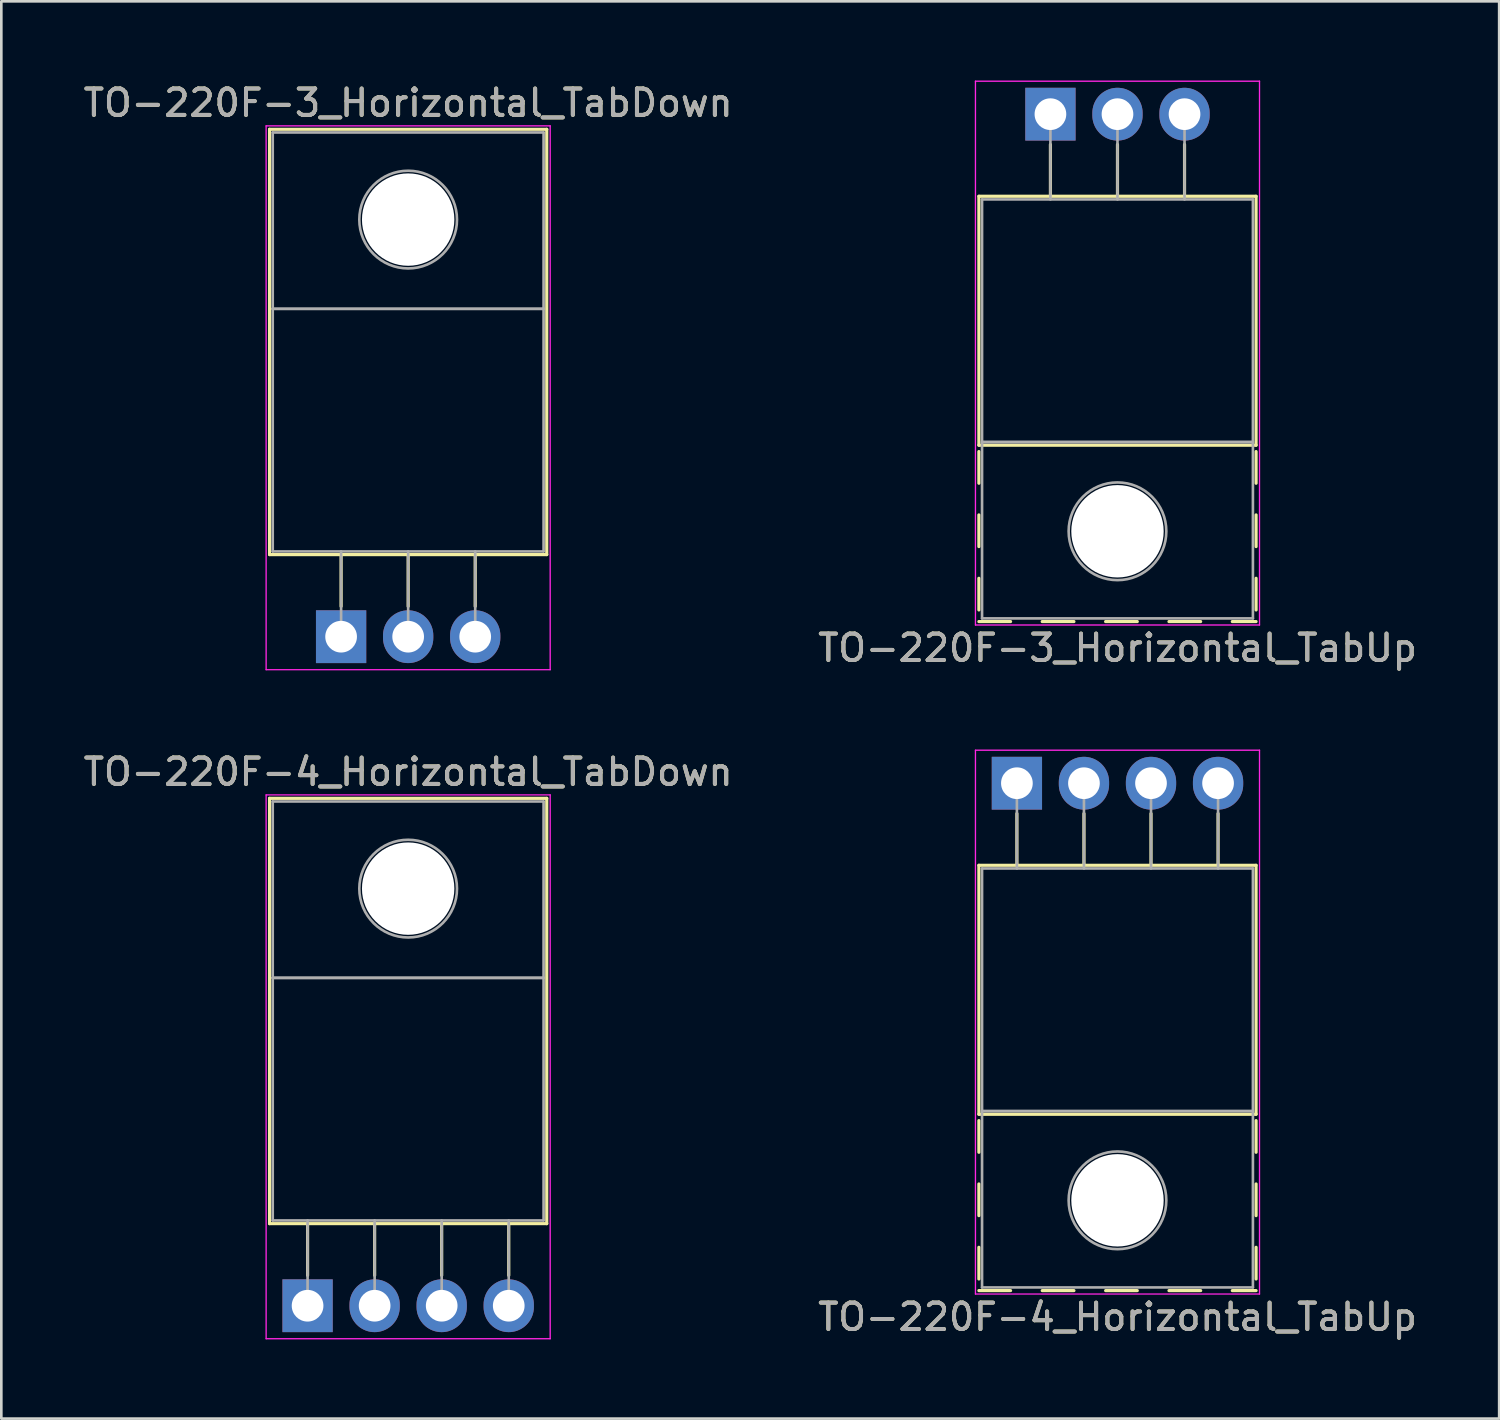
<source format=kicad_pcb>
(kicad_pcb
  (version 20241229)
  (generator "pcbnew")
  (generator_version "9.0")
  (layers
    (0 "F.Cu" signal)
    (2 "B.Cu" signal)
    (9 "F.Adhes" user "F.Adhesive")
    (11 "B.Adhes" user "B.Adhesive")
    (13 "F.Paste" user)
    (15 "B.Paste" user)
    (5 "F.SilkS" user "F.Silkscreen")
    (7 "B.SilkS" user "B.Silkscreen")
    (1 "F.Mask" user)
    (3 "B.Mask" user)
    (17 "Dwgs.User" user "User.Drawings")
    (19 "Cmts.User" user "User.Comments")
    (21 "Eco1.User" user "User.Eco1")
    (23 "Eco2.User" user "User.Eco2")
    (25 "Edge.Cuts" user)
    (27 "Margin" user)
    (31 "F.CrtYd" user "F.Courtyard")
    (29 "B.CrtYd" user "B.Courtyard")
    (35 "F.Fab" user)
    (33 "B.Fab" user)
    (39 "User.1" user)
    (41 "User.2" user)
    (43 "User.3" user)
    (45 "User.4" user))
  (footprint "TO-220F-4_Horizontal_TabUp"
    (layer "F.Cu")
    (at 35.47 26.618)
    (property "Reference" "TO-220F-4_Horizontal_TabUp" (at 3.81 20.22 0) (layer "F.SilkS") (effects (font (size 1 1) (thickness 0.15))))
    (attr through_hole)
    (fp_line (start -1.44 3.11) (end -1.44 12.54) (stroke (width 0.12) (type solid)) (layer "F.SilkS"))
    (fp_line (start -1.44 3.11) (end 9.06 3.11) (stroke (width 0.12) (type solid)) (layer "F.SilkS"))
    (fp_line (start -1.44 12.54) (end 9.06 12.54) (stroke (width 0.12) (type solid)) (layer "F.SilkS"))
    (fp_line (start -1.44 12.78) (end -1.44 13.98) (stroke (width 0.12) (type solid)) (layer "F.SilkS"))
    (fp_line (start -1.44 15.18) (end -1.44 16.38) (stroke (width 0.12) (type solid)) (layer "F.SilkS"))
    (fp_line (start -1.44 17.58) (end -1.44 18.78) (stroke (width 0.12) (type solid)) (layer "F.SilkS"))
    (fp_line (start -1.44 19.22) (end -0.24 19.22) (stroke (width 0.12) (type solid)) (layer "F.SilkS"))
    (fp_line (start 0 1.15) (end 0 3.11) (stroke (width 0.12) (type solid)) (layer "F.SilkS"))
    (fp_line (start 0.96 19.22) (end 2.16 19.22) (stroke (width 0.12) (type solid)) (layer "F.SilkS"))
    (fp_line (start 2.54 1.15) (end 2.54 3.11) (stroke (width 0.12) (type solid)) (layer "F.SilkS"))
    (fp_line (start 3.361 19.22) (end 4.56 19.22) (stroke (width 0.12) (type solid)) (layer "F.SilkS"))
    (fp_line (start 5.08 1.15) (end 5.08 3.11) (stroke (width 0.12) (type solid)) (layer "F.SilkS"))
    (fp_line (start 5.761 19.22) (end 6.961 19.22) (stroke (width 0.12) (type solid)) (layer "F.SilkS"))
    (fp_line (start 7.62 1.15) (end 7.62 3.11) (stroke (width 0.12) (type solid)) (layer "F.SilkS"))
    (fp_line (start 8.16 19.22) (end 9.06 19.22) (stroke (width 0.12) (type solid)) (layer "F.SilkS"))
    (fp_line (start 9.06 3.11) (end 9.06 12.54) (stroke (width 0.12) (type solid)) (layer "F.SilkS"))
    (fp_line (start 9.06 12.78) (end 9.06 13.98) (stroke (width 0.12) (type solid)) (layer "F.SilkS"))
    (fp_line (start 9.06 15.18) (end 9.06 16.38) (stroke (width 0.12) (type solid)) (layer "F.SilkS"))
    (fp_line (start 9.06 17.58) (end 9.06 18.78) (stroke (width 0.12) (type solid)) (layer "F.SilkS"))
    (fp_line (start -1.57 -1.25) (end -1.57 19.35) (stroke (width 0.05) (type solid)) (layer "F.CrtYd"))
    (fp_line (start -1.57 19.35) (end 9.19 19.35) (stroke (width 0.05) (type solid)) (layer "F.CrtYd"))
    (fp_line (start 9.19 -1.25) (end -1.57 -1.25) (stroke (width 0.05) (type solid)) (layer "F.CrtYd"))
    (fp_line (start 9.19 19.35) (end 9.19 -1.25) (stroke (width 0.05) (type solid)) (layer "F.CrtYd"))
    (fp_line (start -1.32 3.23) (end -1.32 12.42) (stroke (width 0.1) (type solid)) (layer "F.Fab"))
    (fp_line (start -1.32 12.42) (end -1.32 19.1) (stroke (width 0.1) (type solid)) (layer "F.Fab"))
    (fp_line (start -1.32 12.42) (end 8.94 12.42) (stroke (width 0.1) (type solid)) (layer "F.Fab"))
    (fp_line (start -1.32 19.1) (end 8.94 19.1) (stroke (width 0.1) (type solid)) (layer "F.Fab"))
    (fp_line (start 0 3.23) (end 0 0) (stroke (width 0.1) (type solid)) (layer "F.Fab"))
    (fp_line (start 2.54 3.23) (end 2.54 0) (stroke (width 0.1) (type solid)) (layer "F.Fab"))
    (fp_line (start 5.08 3.23) (end 5.08 0) (stroke (width 0.1) (type solid)) (layer "F.Fab"))
    (fp_line (start 7.62 3.23) (end 7.62 0) (stroke (width 0.1) (type solid)) (layer "F.Fab"))
    (fp_line (start 8.94 3.23) (end -1.32 3.23) (stroke (width 0.1) (type solid)) (layer "F.Fab"))
    (fp_line (start 8.94 12.42) (end -1.32 12.42) (stroke (width 0.1) (type solid)) (layer "F.Fab"))
    (fp_line (start 8.94 12.42) (end 8.94 3.23) (stroke (width 0.1) (type solid)) (layer "F.Fab"))
    (fp_line (start 8.94 19.1) (end 8.94 12.42) (stroke (width 0.1) (type solid)) (layer "F.Fab"))
    (fp_circle (center 3.81 15.8) (end 5.66 15.8) (stroke (width 0.1) (type solid)) (fill no) (layer "F.Fab"))
    (fp_text user "${REFERENCE}" (at 3.81 20.22 0) (layer "F.Fab") (effects (font (size 1 1) (thickness 0.15))))
    (pad "" np_thru_hole oval (at 3.81 15.8) (size 3.5 3.5) (drill 3.5) (layers "*.Cu" "*.Mask"))
    (pad "1" thru_hole rect (at 0 0) (size 1.905 2) (drill 1.2) (layers "*.Cu" "*.Mask"))
    (pad "2" thru_hole oval (at 2.54 0) (size 1.905 2) (drill 1.2) (layers "*.Cu" "*.Mask"))
    (pad "3" thru_hole oval (at 5.08 0) (size 1.905 2) (drill 1.2) (layers "*.Cu" "*.Mask"))
    (pad "4" thru_hole oval (at 7.62 0) (size 1.905 2) (drill 1.2) (layers "*.Cu" "*.Mask")))
  (footprint "TO-220F-3_Horizontal_TabDown"
    (layer "F.Cu")
    (at 9.871 21.068)
    (property "Reference" "TO-220F-3_Horizontal_TabDown" (at 2.54 -20.22 0) (layer "F.SilkS") (effects (font (size 1 1) (thickness 0.15))))
    (attr through_hole)
    (fp_line (start -2.71 -19.22) (end -2.71 -3.11) (stroke (width 0.12) (type solid)) (layer "F.SilkS"))
    (fp_line (start -2.71 -19.22) (end 7.79 -19.22) (stroke (width 0.12) (type solid)) (layer "F.SilkS"))
    (fp_line (start -2.71 -3.11) (end 7.79 -3.11) (stroke (width 0.12) (type solid)) (layer "F.SilkS"))
    (fp_line (start 0 -3.11) (end 0 -1.15) (stroke (width 0.12) (type solid)) (layer "F.SilkS"))
    (fp_line (start 2.54 -3.11) (end 2.54 -1.15) (stroke (width 0.12) (type solid)) (layer "F.SilkS"))
    (fp_line (start 5.08 -3.11) (end 5.08 -1.15) (stroke (width 0.12) (type solid)) (layer "F.SilkS"))
    (fp_line (start 7.79 -19.22) (end 7.79 -3.11) (stroke (width 0.12) (type solid)) (layer "F.SilkS"))
    (fp_line (start -2.84 -19.35) (end -2.84 1.25) (stroke (width 0.05) (type solid)) (layer "F.CrtYd"))
    (fp_line (start -2.84 1.25) (end 7.92 1.25) (stroke (width 0.05) (type solid)) (layer "F.CrtYd"))
    (fp_line (start 7.92 -19.35) (end -2.84 -19.35) (stroke (width 0.05) (type solid)) (layer "F.CrtYd"))
    (fp_line (start 7.92 1.25) (end 7.92 -19.35) (stroke (width 0.05) (type solid)) (layer "F.CrtYd"))
    (fp_line (start -2.59 -19.1) (end 7.67 -19.1) (stroke (width 0.1) (type solid)) (layer "F.Fab"))
    (fp_line (start -2.59 -12.42) (end -2.59 -19.1) (stroke (width 0.1) (type solid)) (layer "F.Fab"))
    (fp_line (start -2.59 -12.42) (end 7.67 -12.42) (stroke (width 0.1) (type solid)) (layer "F.Fab"))
    (fp_line (start -2.59 -3.23) (end -2.59 -12.42) (stroke (width 0.1) (type solid)) (layer "F.Fab"))
    (fp_line (start 0 -3.23) (end 0 0) (stroke (width 0.1) (type solid)) (layer "F.Fab"))
    (fp_line (start 2.54 -3.23) (end 2.54 0) (stroke (width 0.1) (type solid)) (layer "F.Fab"))
    (fp_line (start 5.08 -3.23) (end 5.08 0) (stroke (width 0.1) (type solid)) (layer "F.Fab"))
    (fp_line (start 7.67 -19.1) (end 7.67 -12.42) (stroke (width 0.1) (type solid)) (layer "F.Fab"))
    (fp_line (start 7.67 -12.42) (end -2.59 -12.42) (stroke (width 0.1) (type solid)) (layer "F.Fab"))
    (fp_line (start 7.67 -12.42) (end 7.67 -3.23) (stroke (width 0.1) (type solid)) (layer "F.Fab"))
    (fp_line (start 7.67 -3.23) (end -2.59 -3.23) (stroke (width 0.1) (type solid)) (layer "F.Fab"))
    (fp_circle (center 2.54 -15.8) (end 4.39 -15.8) (stroke (width 0.1) (type solid)) (fill no) (layer "F.Fab"))
    (fp_text user "${REFERENCE}" (at 2.54 -20.22 0) (layer "F.Fab") (effects (font (size 1 1) (thickness 0.15))))
    (pad "" np_thru_hole oval (at 2.54 -15.8) (size 3.5 3.5) (drill 3.5) (layers "*.Cu" "*.Mask"))
    (pad "1" thru_hole rect (at 0 0) (size 1.905 2) (drill 1.2) (layers "*.Cu" "*.Mask"))
    (pad "2" thru_hole oval (at 2.54 0) (size 1.905 2) (drill 1.2) (layers "*.Cu" "*.Mask"))
    (pad "3" thru_hole oval (at 5.08 0) (size 1.905 2) (drill 1.2) (layers "*.Cu" "*.Mask")))
  (footprint "TO-220F-3_Horizontal_TabUp"
    (layer "F.Cu")
    (at 36.74 1.275)
    (property "Reference" "TO-220F-3_Horizontal_TabUp" (at 2.54 20.22 0) (layer "F.SilkS") (effects (font (size 1 1) (thickness 0.15))))
    (attr through_hole)
    (fp_line (start -2.71 3.11) (end -2.71 12.54) (stroke (width 0.12) (type solid)) (layer "F.SilkS"))
    (fp_line (start -2.71 3.11) (end 7.79 3.11) (stroke (width 0.12) (type solid)) (layer "F.SilkS"))
    (fp_line (start -2.71 12.54) (end 7.79 12.54) (stroke (width 0.12) (type solid)) (layer "F.SilkS"))
    (fp_line (start -2.71 12.78) (end -2.71 13.98) (stroke (width 0.12) (type solid)) (layer "F.SilkS"))
    (fp_line (start -2.71 15.18) (end -2.71 16.38) (stroke (width 0.12) (type solid)) (layer "F.SilkS"))
    (fp_line (start -2.71 17.58) (end -2.71 18.78) (stroke (width 0.12) (type solid)) (layer "F.SilkS"))
    (fp_line (start -2.71 19.22) (end -1.51 19.22) (stroke (width 0.12) (type solid)) (layer "F.SilkS"))
    (fp_line (start -0.311 19.22) (end 0.89 19.22) (stroke (width 0.12) (type solid)) (layer "F.SilkS"))
    (fp_line (start 0 1.15) (end 0 3.11) (stroke (width 0.12) (type solid)) (layer "F.SilkS"))
    (fp_line (start 2.09 19.22) (end 3.29 19.22) (stroke (width 0.12) (type solid)) (layer "F.SilkS"))
    (fp_line (start 2.54 1.15) (end 2.54 3.11) (stroke (width 0.12) (type solid)) (layer "F.SilkS"))
    (fp_line (start 4.49 19.22) (end 5.69 19.22) (stroke (width 0.12) (type solid)) (layer "F.SilkS"))
    (fp_line (start 5.08 1.15) (end 5.08 3.11) (stroke (width 0.12) (type solid)) (layer "F.SilkS"))
    (fp_line (start 6.89 19.22) (end 7.79 19.22) (stroke (width 0.12) (type solid)) (layer "F.SilkS"))
    (fp_line (start 7.79 3.11) (end 7.79 12.54) (stroke (width 0.12) (type solid)) (layer "F.SilkS"))
    (fp_line (start 7.79 12.78) (end 7.79 13.98) (stroke (width 0.12) (type solid)) (layer "F.SilkS"))
    (fp_line (start 7.79 15.18) (end 7.79 16.38) (stroke (width 0.12) (type solid)) (layer "F.SilkS"))
    (fp_line (start 7.79 17.58) (end 7.79 18.78) (stroke (width 0.12) (type solid)) (layer "F.SilkS"))
    (fp_line (start -2.84 -1.25) (end -2.84 19.35) (stroke (width 0.05) (type solid)) (layer "F.CrtYd"))
    (fp_line (start -2.84 19.35) (end 7.92 19.35) (stroke (width 0.05) (type solid)) (layer "F.CrtYd"))
    (fp_line (start 7.92 -1.25) (end -2.84 -1.25) (stroke (width 0.05) (type solid)) (layer "F.CrtYd"))
    (fp_line (start 7.92 19.35) (end 7.92 -1.25) (stroke (width 0.05) (type solid)) (layer "F.CrtYd"))
    (fp_line (start -2.59 3.23) (end -2.59 12.42) (stroke (width 0.1) (type solid)) (layer "F.Fab"))
    (fp_line (start -2.59 12.42) (end -2.59 19.1) (stroke (width 0.1) (type solid)) (layer "F.Fab"))
    (fp_line (start -2.59 12.42) (end 7.67 12.42) (stroke (width 0.1) (type solid)) (layer "F.Fab"))
    (fp_line (start -2.59 19.1) (end 7.67 19.1) (stroke (width 0.1) (type solid)) (layer "F.Fab"))
    (fp_line (start 0 3.23) (end 0 0) (stroke (width 0.1) (type solid)) (layer "F.Fab"))
    (fp_line (start 2.54 3.23) (end 2.54 0) (stroke (width 0.1) (type solid)) (layer "F.Fab"))
    (fp_line (start 5.08 3.23) (end 5.08 0) (stroke (width 0.1) (type solid)) (layer "F.Fab"))
    (fp_line (start 7.67 3.23) (end -2.59 3.23) (stroke (width 0.1) (type solid)) (layer "F.Fab"))
    (fp_line (start 7.67 12.42) (end -2.59 12.42) (stroke (width 0.1) (type solid)) (layer "F.Fab"))
    (fp_line (start 7.67 12.42) (end 7.67 3.23) (stroke (width 0.1) (type solid)) (layer "F.Fab"))
    (fp_line (start 7.67 19.1) (end 7.67 12.42) (stroke (width 0.1) (type solid)) (layer "F.Fab"))
    (fp_circle (center 2.54 15.8) (end 4.39 15.8) (stroke (width 0.1) (type solid)) (fill no) (layer "F.Fab"))
    (fp_text user "${REFERENCE}" (at 2.54 20.22 0) (layer "F.Fab") (effects (font (size 1 1) (thickness 0.15))))
    (pad "" np_thru_hole oval (at 2.54 15.8) (size 3.5 3.5) (drill 3.5) (layers "*.Cu" "*.Mask"))
    (pad "1" thru_hole rect (at 0 0) (size 1.905 2) (drill 1.2) (layers "*.Cu" "*.Mask"))
    (pad "2" thru_hole oval (at 2.54 0) (size 1.905 2) (drill 1.2) (layers "*.Cu" "*.Mask"))
    (pad "3" thru_hole oval (at 5.08 0) (size 1.905 2) (drill 1.2) (layers "*.Cu" "*.Mask")))
  (footprint "TO-220F-4_Horizontal_TabDown"
    (layer "F.Cu")
    (at 8.601 46.411)
    (property "Reference" "TO-220F-4_Horizontal_TabDown" (at 3.81 -20.22 0) (layer "F.SilkS") (effects (font (size 1 1) (thickness 0.15))))
    (attr through_hole)
    (fp_line (start -1.44 -19.22) (end -1.44 -3.11) (stroke (width 0.12) (type solid)) (layer "F.SilkS"))
    (fp_line (start -1.44 -19.22) (end 9.06 -19.22) (stroke (width 0.12) (type solid)) (layer "F.SilkS"))
    (fp_line (start -1.44 -3.11) (end 9.06 -3.11) (stroke (width 0.12) (type solid)) (layer "F.SilkS"))
    (fp_line (start 0 -3.11) (end 0 -1.15) (stroke (width 0.12) (type solid)) (layer "F.SilkS"))
    (fp_line (start 2.54 -3.11) (end 2.54 -1.15) (stroke (width 0.12) (type solid)) (layer "F.SilkS"))
    (fp_line (start 5.08 -3.11) (end 5.08 -1.15) (stroke (width 0.12) (type solid)) (layer "F.SilkS"))
    (fp_line (start 7.62 -3.11) (end 7.62 -1.15) (stroke (width 0.12) (type solid)) (layer "F.SilkS"))
    (fp_line (start 9.06 -19.22) (end 9.06 -3.11) (stroke (width 0.12) (type solid)) (layer "F.SilkS"))
    (fp_line (start -1.57 -19.35) (end -1.57 1.25) (stroke (width 0.05) (type solid)) (layer "F.CrtYd"))
    (fp_line (start -1.57 1.25) (end 9.19 1.25) (stroke (width 0.05) (type solid)) (layer "F.CrtYd"))
    (fp_line (start 9.19 -19.35) (end -1.57 -19.35) (stroke (width 0.05) (type solid)) (layer "F.CrtYd"))
    (fp_line (start 9.19 1.25) (end 9.19 -19.35) (stroke (width 0.05) (type solid)) (layer "F.CrtYd"))
    (fp_line (start -1.32 -19.1) (end 8.94 -19.1) (stroke (width 0.1) (type solid)) (layer "F.Fab"))
    (fp_line (start -1.32 -12.42) (end -1.32 -19.1) (stroke (width 0.1) (type solid)) (layer "F.Fab"))
    (fp_line (start -1.32 -12.42) (end 8.94 -12.42) (stroke (width 0.1) (type solid)) (layer "F.Fab"))
    (fp_line (start -1.32 -3.23) (end -1.32 -12.42) (stroke (width 0.1) (type solid)) (layer "F.Fab"))
    (fp_line (start 0 -3.23) (end 0 0) (stroke (width 0.1) (type solid)) (layer "F.Fab"))
    (fp_line (start 2.54 -3.23) (end 2.54 0) (stroke (width 0.1) (type solid)) (layer "F.Fab"))
    (fp_line (start 5.08 -3.23) (end 5.08 0) (stroke (width 0.1) (type solid)) (layer "F.Fab"))
    (fp_line (start 7.62 -3.23) (end 7.62 0) (stroke (width 0.1) (type solid)) (layer "F.Fab"))
    (fp_line (start 8.94 -19.1) (end 8.94 -12.42) (stroke (width 0.1) (type solid)) (layer "F.Fab"))
    (fp_line (start 8.94 -12.42) (end -1.32 -12.42) (stroke (width 0.1) (type solid)) (layer "F.Fab"))
    (fp_line (start 8.94 -12.42) (end 8.94 -3.23) (stroke (width 0.1) (type solid)) (layer "F.Fab"))
    (fp_line (start 8.94 -3.23) (end -1.32 -3.23) (stroke (width 0.1) (type solid)) (layer "F.Fab"))
    (fp_circle (center 3.81 -15.8) (end 5.66 -15.8) (stroke (width 0.1) (type solid)) (fill no) (layer "F.Fab"))
    (fp_text user "${REFERENCE}" (at 3.81 -20.22 0) (layer "F.Fab") (effects (font (size 1 1) (thickness 0.15))))
    (pad "" np_thru_hole oval (at 3.81 -15.8) (size 3.5 3.5) (drill 3.5) (layers "*.Cu" "*.Mask"))
    (pad "1" thru_hole rect (at 0 0) (size 1.905 2) (drill 1.2) (layers "*.Cu" "*.Mask"))
    (pad "2" thru_hole oval (at 2.54 0) (size 1.905 2) (drill 1.2) (layers "*.Cu" "*.Mask"))
    (pad "3" thru_hole oval (at 5.08 0) (size 1.905 2) (drill 1.2) (layers "*.Cu" "*.Mask"))
    (pad "4" thru_hole oval (at 7.62 0) (size 1.905 2) (drill 1.2) (layers "*.Cu" "*.Mask")))
  (gr_rect
    (start -3 -3)
    (end 53.738 50.687)
    (stroke (width 0.1) (type default))
    (fill no)
    (layer "Edge.Cuts")))
</source>
